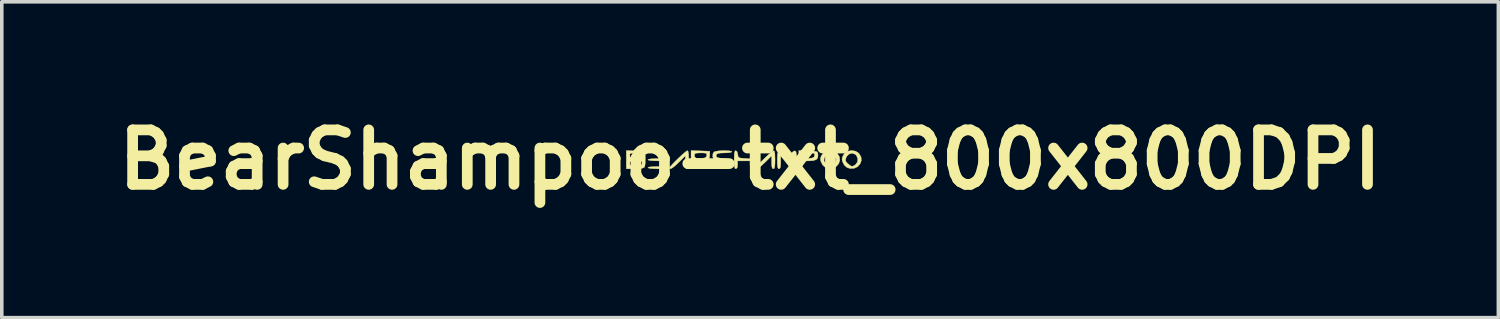
<source format=kicad_pcb>
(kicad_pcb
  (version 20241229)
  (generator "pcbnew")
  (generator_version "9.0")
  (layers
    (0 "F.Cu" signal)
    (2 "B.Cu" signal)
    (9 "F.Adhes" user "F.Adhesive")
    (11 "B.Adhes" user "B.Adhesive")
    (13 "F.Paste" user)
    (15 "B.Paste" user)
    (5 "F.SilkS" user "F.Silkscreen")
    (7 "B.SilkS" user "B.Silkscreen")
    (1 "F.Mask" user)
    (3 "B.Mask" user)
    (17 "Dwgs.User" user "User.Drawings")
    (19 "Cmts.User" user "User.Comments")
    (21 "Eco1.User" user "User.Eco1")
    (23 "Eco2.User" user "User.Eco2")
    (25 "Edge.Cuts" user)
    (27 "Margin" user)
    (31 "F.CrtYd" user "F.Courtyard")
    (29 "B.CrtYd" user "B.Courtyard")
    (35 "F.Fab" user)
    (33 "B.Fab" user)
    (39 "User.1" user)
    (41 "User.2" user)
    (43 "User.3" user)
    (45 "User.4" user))
  (footprint "BearShampoo-txt_800x800DPI"
    (layer "F.Cu")
    (at 17.932 1.418)
    (property "Reference" "BearShampoo-txt_800x800DPI" (at 0 0 0) (layer "F.SilkS") (effects (font (size 1.524 1.524) (thickness 0.3))))
    (attr through_hole)
    (fp_poly (pts (xy -2.456 -0.25) (xy -2.363 -0.241) (xy -2.32 -0.226) (xy -2.318 -0.222) (xy -2.348 -0.207) (xy -2.43 -0.196) (xy -2.553 -0.191) (xy -2.588 -0.191) (xy -2.719 -0.194) (xy -2.812 -0.204) (xy -2.856 -0.218) (xy -2.857 -0.222) (xy -2.828 -0.238) (xy -2.746 -0.249) (xy -2.622 -0.254) (xy -2.588 -0.254) (xy -2.456 -0.25)) (stroke (width 0.01) (type solid)) (fill yes) (layer "F.SilkS"))
    (fp_poly (pts (xy -2.456 -0.028) (xy -2.363 -0.019) (xy -2.32 -0.004) (xy -2.318 0) (xy -2.348 0.015) (xy -2.43 0.026) (xy -2.553 0.032) (xy -2.588 0.032) (xy -2.719 0.028) (xy -2.812 0.019) (xy -2.856 0.004) (xy -2.857 0) (xy -2.828 -0.015) (xy -2.746 -0.026) (xy -2.622 -0.032) (xy -2.588 -0.032) (xy -2.456 -0.028)) (stroke (width 0.01) (type solid)) (fill yes) (layer "F.SilkS"))
    (fp_poly (pts (xy -2.456 0.194) (xy -2.363 0.204) (xy -2.32 0.218) (xy -2.318 0.222) (xy -2.348 0.238) (xy -2.43 0.249) (xy -2.553 0.254) (xy -2.588 0.254) (xy -2.719 0.25) (xy -2.812 0.241) (xy -2.856 0.226) (xy -2.857 0.222) (xy -2.828 0.207) (xy -2.746 0.196) (xy -2.622 0.191) (xy -2.588 0.191) (xy -2.456 0.194)) (stroke (width 0.01) (type solid)) (fill yes) (layer "F.SilkS"))
    (fp_poly (pts (xy -1.732 -0.231) (xy -1.719 -0.157) (xy -1.715 -0.026) (xy -1.714 0) (xy -1.717 0.13) (xy -1.725 0.209) (xy -1.741 0.246) (xy -1.762 0.254) (xy -1.79 0.239) (xy -1.805 0.185) (xy -1.81 0.081) (xy -1.81 0.072) (xy -1.81 -0.109) (xy -1.993 0.072) (xy -2.109 0.18) (xy -2.193 0.241) (xy -2.242 0.254) (xy -2.254 0.229) (xy -2.232 0.194) (xy -2.175 0.129) (xy -2.093 0.045) (xy -2 -0.046) (xy -1.907 -0.133) (xy -1.827 -0.203) (xy -1.77 -0.246) (xy -1.753 -0.254) (xy -1.732 -0.231)) (stroke (width 0.01) (type solid)) (fill yes) (layer "F.SilkS"))
    (fp_poly (pts (xy 0.681 -0.231) (xy 0.694 -0.157) (xy 0.698 -0.026) (xy 0.699 0) (xy 0.696 0.13) (xy 0.688 0.209) (xy 0.672 0.246) (xy 0.651 0.254) (xy 0.623 0.239) (xy 0.608 0.185) (xy 0.603 0.081) (xy 0.603 0.072) (xy 0.603 -0.109) (xy 0.42 0.072) (xy 0.304 0.18) (xy 0.22 0.241) (xy 0.171 0.254) (xy 0.159 0.229) (xy 0.181 0.194) (xy 0.238 0.129) (xy 0.32 0.045) (xy 0.413 -0.046) (xy 0.506 -0.133) (xy 0.586 -0.203) (xy 0.643 -0.246) (xy 0.66 -0.254) (xy 0.681 -0.231)) (stroke (width 0.01) (type solid)) (fill yes) (layer "F.SilkS"))
    (fp_poly (pts (xy 2.35 -0.239) (xy 2.439 -0.181) (xy 2.501 -0.079) (xy 2.51 0.025) (xy 2.474 0.12) (xy 2.403 0.196) (xy 2.307 0.241) (xy 2.193 0.245) (xy 2.107 0.217) (xy 2.034 0.152) (xy 1.983 0.053) (xy 1.976 0.015) (xy 2.066 0.015) (xy 2.087 0.065) (xy 2.138 0.114) (xy 2.208 0.17) (xy 2.256 0.186) (xy 2.307 0.165) (xy 2.342 0.141) (xy 2.4 0.067) (xy 2.41 -0.027) (xy 2.372 -0.118) (xy 2.349 -0.144) (xy 2.267 -0.182) (xy 2.181 -0.167) (xy 2.109 -0.105) (xy 2.081 -0.052) (xy 2.066 0.015) (xy 1.976 0.015) (xy 1.968 -0.029) (xy 1.987 -0.093) (xy 2.033 -0.168) (xy 2.034 -0.17) (xy 2.122 -0.236) (xy 2.235 -0.259) (xy 2.35 -0.239)) (stroke (width 0.01) (type solid)) (fill yes) (layer "F.SilkS"))
    (fp_poly (pts (xy 2.953 -0.239) (xy 3.042 -0.181) (xy 3.104 -0.079) (xy 3.113 0.025) (xy 3.077 0.12) (xy 3.007 0.196) (xy 2.91 0.241) (xy 2.796 0.245) (xy 2.71 0.217) (xy 2.637 0.152) (xy 2.586 0.053) (xy 2.579 0.015) (xy 2.669 0.015) (xy 2.69 0.065) (xy 2.741 0.114) (xy 2.811 0.17) (xy 2.859 0.186) (xy 2.91 0.165) (xy 2.946 0.141) (xy 3.003 0.067) (xy 3.013 -0.027) (xy 2.976 -0.118) (xy 2.952 -0.144) (xy 2.87 -0.182) (xy 2.784 -0.167) (xy 2.712 -0.105) (xy 2.684 -0.052) (xy 2.669 0.015) (xy 2.579 0.015) (xy 2.572 -0.029) (xy 2.591 -0.093) (xy 2.636 -0.168) (xy 2.638 -0.17) (xy 2.726 -0.236) (xy 2.838 -0.259) (xy 2.953 -0.239)) (stroke (width 0.01) (type solid)) (fill yes) (layer "F.SilkS"))
    (fp_poly (pts (xy 0.072 -0.242) (xy 0.087 -0.199) (xy 0.094 -0.113) (xy 0.095 0) (xy 0.093 0.13) (xy 0.085 0.209) (xy 0.069 0.246) (xy 0.048 0.254) (xy 0.012 0.23) (xy 0.000086 0.153) (xy 0 0.143) (xy 0 0.032) (xy -0.349 0.032) (xy -0.349 0.143) (xy -0.36 0.225) (xy -0.393 0.254) (xy -0.397 0.254) (xy -0.421 0.242) (xy -0.436 0.199) (xy -0.443 0.113) (xy -0.445 0) (xy -0.442 -0.132) (xy -0.433 -0.21) (xy -0.417 -0.247) (xy -0.399 -0.254) (xy -0.362 -0.225) (xy -0.343 -0.151) (xy -0.334 -0.091) (xy -0.31 -0.059) (xy -0.254 -0.045) (xy -0.167 -0.038) (xy 0 -0.028) (xy 0 -0.141) (xy 0.01 -0.224) (xy 0.042 -0.254) (xy 0.048 -0.254) (xy 0.072 -0.242)) (stroke (width 0.01) (type solid)) (fill yes) (layer "F.SilkS"))
    (fp_poly (pts (xy 0.879 -0.236) (xy 0.959 -0.169) (xy 1.048 -0.083) (xy 1.137 -0.169) (xy 1.209 -0.231) (xy 1.257 -0.25) (xy 1.285 -0.221) (xy 1.298 -0.138) (xy 1.302 0) (xy 1.3 0.13) (xy 1.291 0.209) (xy 1.275 0.246) (xy 1.254 0.254) (xy 1.226 0.239) (xy 1.211 0.185) (xy 1.207 0.08) (xy 1.206 0.074) (xy 1.206 -0.106) (xy 1.133 -0.037) (xy 1.074 0.011) (xy 1.032 0.032) (xy 1.032 0.032) (xy 0.991 0.012) (xy 0.932 -0.036) (xy 0.931 -0.037) (xy 0.857 -0.106) (xy 0.857 0.074) (xy 0.853 0.181) (xy 0.839 0.237) (xy 0.811 0.254) (xy 0.81 0.254) (xy 0.785 0.242) (xy 0.771 0.199) (xy 0.764 0.113) (xy 0.762 0) (xy 0.767 -0.144) (xy 0.786 -0.229) (xy 0.821 -0.259) (xy 0.879 -0.236)) (stroke (width 0.01) (type solid)) (fill yes) (layer "F.SilkS"))
    (fp_poly (pts (xy 1.627 -0.247) (xy 1.756 -0.242) (xy 1.834 -0.234) (xy 1.875 -0.219) (xy 1.893 -0.191) (xy 1.899 -0.149) (xy 1.896 -0.06) (xy 1.854 -0.004) (xy 1.767 0.025) (xy 1.647 0.032) (xy 1.46 0.032) (xy 1.46 0.143) (xy 1.45 0.225) (xy 1.417 0.254) (xy 1.413 0.254) (xy 1.388 0.242) (xy 1.374 0.199) (xy 1.367 0.113) (xy 1.365 -0.001) (xy 1.365 -0.132) (xy 1.46 -0.132) (xy 1.471 -0.073) (xy 1.51 -0.043) (xy 1.592 -0.036) (xy 1.65 -0.038) (xy 1.741 -0.049) (xy 1.786 -0.072) (xy 1.804 -0.116) (xy 1.804 -0.119) (xy 1.805 -0.16) (xy 1.783 -0.181) (xy 1.724 -0.189) (xy 1.637 -0.191) (xy 1.535 -0.187) (xy 1.481 -0.175) (xy 1.462 -0.149) (xy 1.46 -0.132) (xy 1.365 -0.132) (xy 1.365 -0.257) (xy 1.627 -0.247)) (stroke (width 0.01) (type solid)) (fill yes) (layer "F.SilkS"))
    (fp_poly (pts (xy -1.389 -0.247) (xy -1.127 -0.238) (xy -1.127 -0.128) (xy -1.14 -0.039) (xy -1.187 0.012) (xy -1.198 0.018) (xy -1.269 0.053) (xy -1.19 0.127) (xy -1.137 0.185) (xy -1.112 0.225) (xy -1.111 0.228) (xy -1.131 0.255) (xy -1.182 0.24) (xy -1.256 0.187) (xy -1.302 0.143) (xy -1.385 0.073) (xy -1.461 0.035) (xy -1.483 0.032) (xy -1.532 0.041) (xy -1.553 0.082) (xy -1.556 0.143) (xy -1.566 0.225) (xy -1.599 0.254) (xy -1.603 0.254) (xy -1.628 0.242) (xy -1.642 0.199) (xy -1.649 0.113) (xy -1.651 -0.001) (xy -1.651 -0.132) (xy -1.556 -0.132) (xy -1.546 -0.073) (xy -1.506 -0.043) (xy -1.424 -0.036) (xy -1.366 -0.038) (xy -1.275 -0.049) (xy -1.23 -0.072) (xy -1.213 -0.116) (xy -1.212 -0.119) (xy -1.211 -0.16) (xy -1.233 -0.181) (xy -1.293 -0.189) (xy -1.379 -0.191) (xy -1.481 -0.187) (xy -1.535 -0.175) (xy -1.554 -0.149) (xy -1.556 -0.132) (xy -1.651 -0.132) (xy -1.651 -0.257) (xy -1.389 -0.247)) (stroke (width 0.01) (type solid)) (fill yes) (layer "F.SilkS"))
    (fp_poly (pts (xy -3.199 -0.247) (xy -2.937 -0.238) (xy -2.93 -0.034) (xy -2.931 0.079) (xy -2.942 0.169) (xy -2.958 0.212) (xy -3.015 0.238) (xy -3.134 0.252) (xy -3.227 0.254) (xy -3.461 0.254) (xy -3.461 0.09) (xy -3.365 0.09) (xy -3.355 0.149) (xy -3.316 0.179) (xy -3.234 0.187) (xy -3.176 0.184) (xy -3.085 0.173) (xy -3.04 0.15) (xy -3.022 0.106) (xy -3.022 0.103) (xy -3.021 0.062) (xy -3.043 0.041) (xy -3.102 0.033) (xy -3.189 0.032) (xy -3.291 0.035) (xy -3.345 0.047) (xy -3.364 0.073) (xy -3.365 0.09) (xy -3.461 0.09) (xy -3.461 -0.132) (xy -3.365 -0.132) (xy -3.355 -0.073) (xy -3.316 -0.043) (xy -3.234 -0.036) (xy -3.176 -0.038) (xy -3.085 -0.049) (xy -3.04 -0.072) (xy -3.022 -0.116) (xy -3.022 -0.119) (xy -3.021 -0.16) (xy -3.043 -0.181) (xy -3.102 -0.189) (xy -3.189 -0.191) (xy -3.291 -0.187) (xy -3.345 -0.175) (xy -3.364 -0.149) (xy -3.365 -0.132) (xy -3.461 -0.132) (xy -3.461 -0.257) (xy -3.199 -0.247)) (stroke (width 0.01) (type solid)) (fill yes) (layer "F.SilkS"))
    (fp_poly (pts (xy -0.575 -0.247) (xy -0.518 -0.233) (xy -0.508 -0.222) (xy -0.537 -0.206) (xy -0.615 -0.194) (xy -0.715 -0.191) (xy -0.837 -0.186) (xy -0.907 -0.173) (xy -0.939 -0.146) (xy -0.942 -0.142) (xy -0.949 -0.096) (xy -0.923 -0.066) (xy -0.855 -0.047) (xy -0.733 -0.033) (xy -0.72 -0.032) (xy -0.612 -0.021) (xy -0.552 -0.006) (xy -0.525 0.021) (xy -0.514 0.068) (xy -0.514 0.073) (xy -0.515 0.156) (xy -0.547 0.21) (xy -0.62 0.241) (xy -0.742 0.253) (xy -0.814 0.254) (xy -0.926 0.25) (xy -1.009 0.24) (xy -1.047 0.226) (xy -1.048 0.224) (xy -1.019 0.207) (xy -0.943 0.193) (xy -0.836 0.184) (xy -0.833 0.184) (xy -0.719 0.177) (xy -0.653 0.165) (xy -0.621 0.143) (xy -0.609 0.106) (xy -0.609 0.103) (xy -0.608 0.063) (xy -0.629 0.042) (xy -0.686 0.033) (xy -0.785 0.032) (xy -0.893 0.026) (xy -0.976 0.01) (xy -1.01 -0.006) (xy -1.044 -0.079) (xy -1.039 -0.165) (xy -1.01 -0.216) (xy -0.963 -0.234) (xy -0.878 -0.247) (xy -0.773 -0.253) (xy -0.666 -0.253) (xy -0.575 -0.247)) (stroke (width 0.01) (type solid)) (fill yes) (layer "F.SilkS")))
  (gr_rect
    (start -3 -3)
    (end 38.865 5.836)
    (stroke (width 0.1) (type default))
    (fill no)
    (layer "Edge.Cuts")))
</source>
